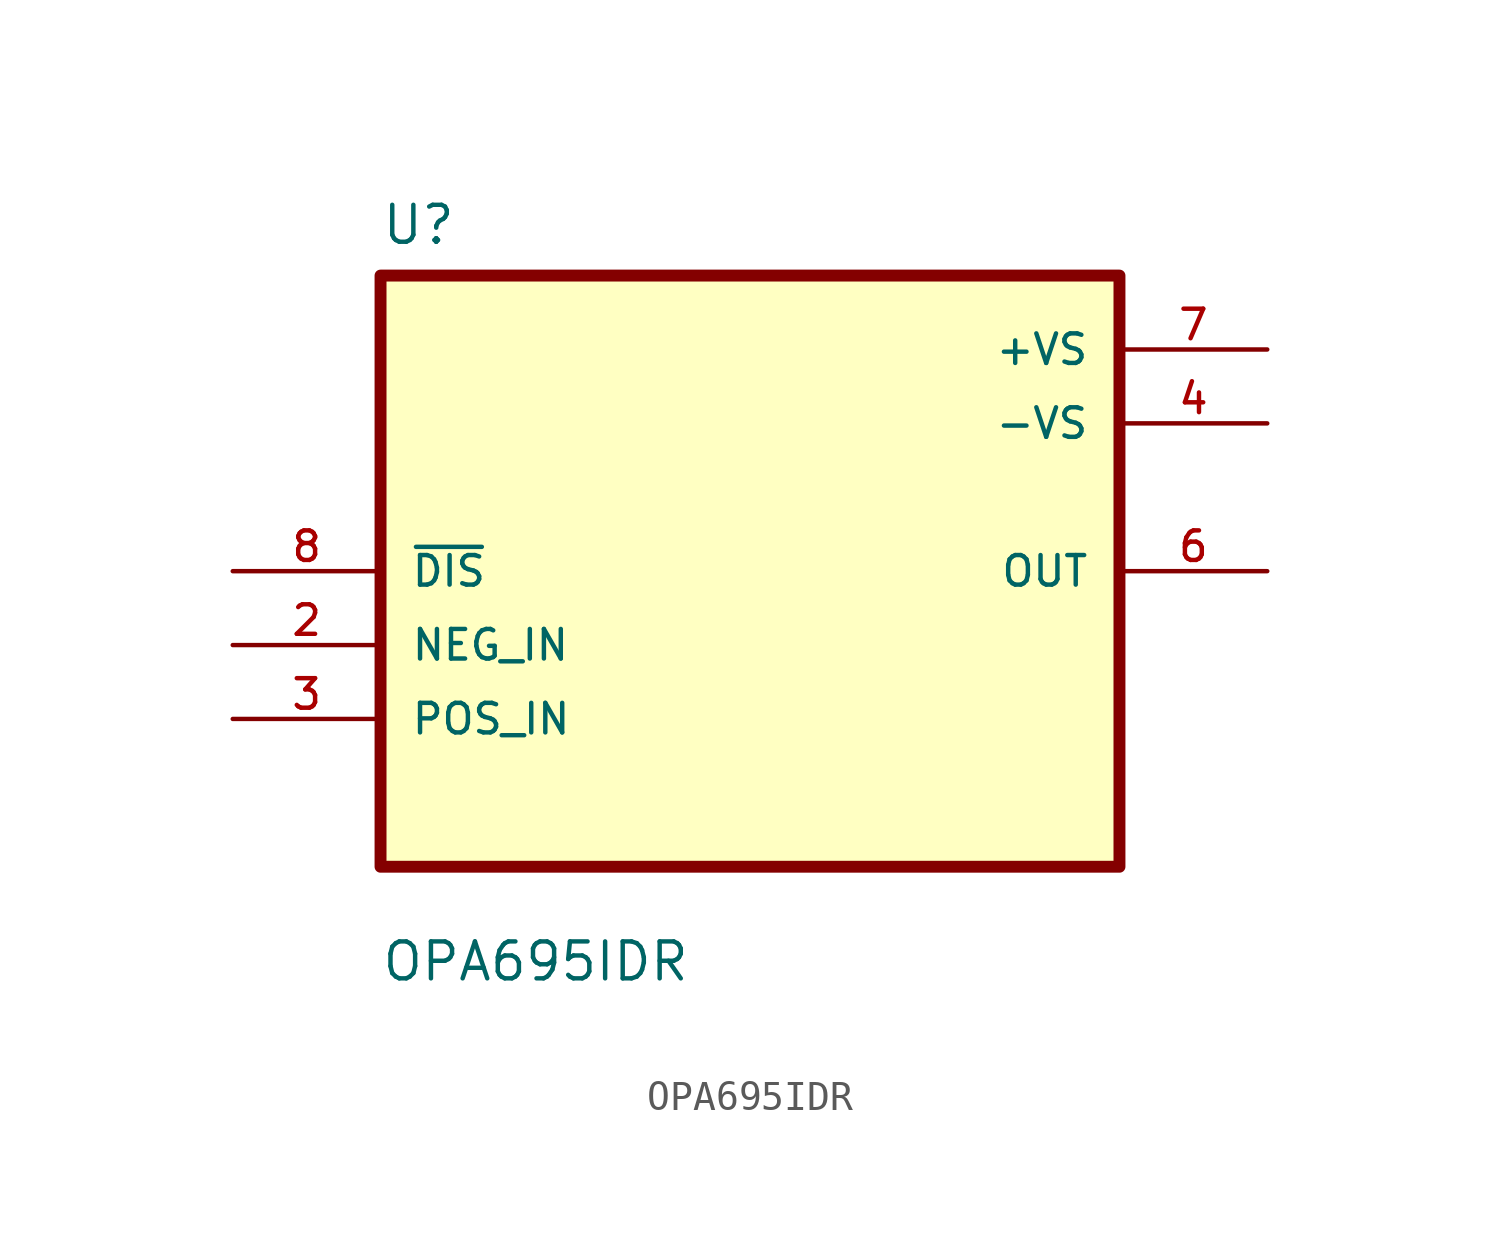
<source format=kicad_sym>
(kicad_symbol_lib
  (version 20211014)
  (generator kicad_symbol_editor)
  (symbol "OPA695IDR"
    (pin_names
      (offset 1.016))
    (property "Reference" "U"
      (at -12.7 11.16 0.0)
      (effects (font (size 1.27 1.27)) (justify bottom left)))
    (property "Value" "OPA695IDR"
      (at -12.7 -14.16 0.0)
      (effects (font (size 1.27 1.27)) (justify bottom left)))
    (symbol "OPA695IDR_0_0"
      (rectangle (start -12.7 -10.16) (end 12.7 10.16) (stroke (width 0.41)) (fill (type background)))
      (pin input line (at -17.78 0.0 0) (length 5.08) (name "~{DIS}" (effects (font (size 1.016 1.016)))) (number "8" (effects (font (size 1.016 1.016)))))
      (pin input line (at -17.78 -2.54 0) (length 5.08) (name "NEG_IN" (effects (font (size 1.016 1.016)))) (number "2" (effects (font (size 1.016 1.016)))))
      (pin input line (at -17.78 -5.08 0) (length 5.08) (name "POS_IN" (effects (font (size 1.016 1.016)))) (number "3" (effects (font (size 1.016 1.016)))))
      (pin power_in line (at 17.78 7.62 180.0) (length 5.08) (name "+VS" (effects (font (size 1.016 1.016)))) (number "7" (effects (font (size 1.016 1.016)))))
      (pin power_in line (at 17.78 5.08 180.0) (length 5.08) (name "-VS" (effects (font (size 1.016 1.016)))) (number "4" (effects (font (size 1.016 1.016)))))
      (pin output line (at 17.78 0.0 180.0) (length 5.08) (name "OUT" (effects (font (size 1.016 1.016)))) (number "6" (effects (font (size 1.016 1.016))))))))
</source>
